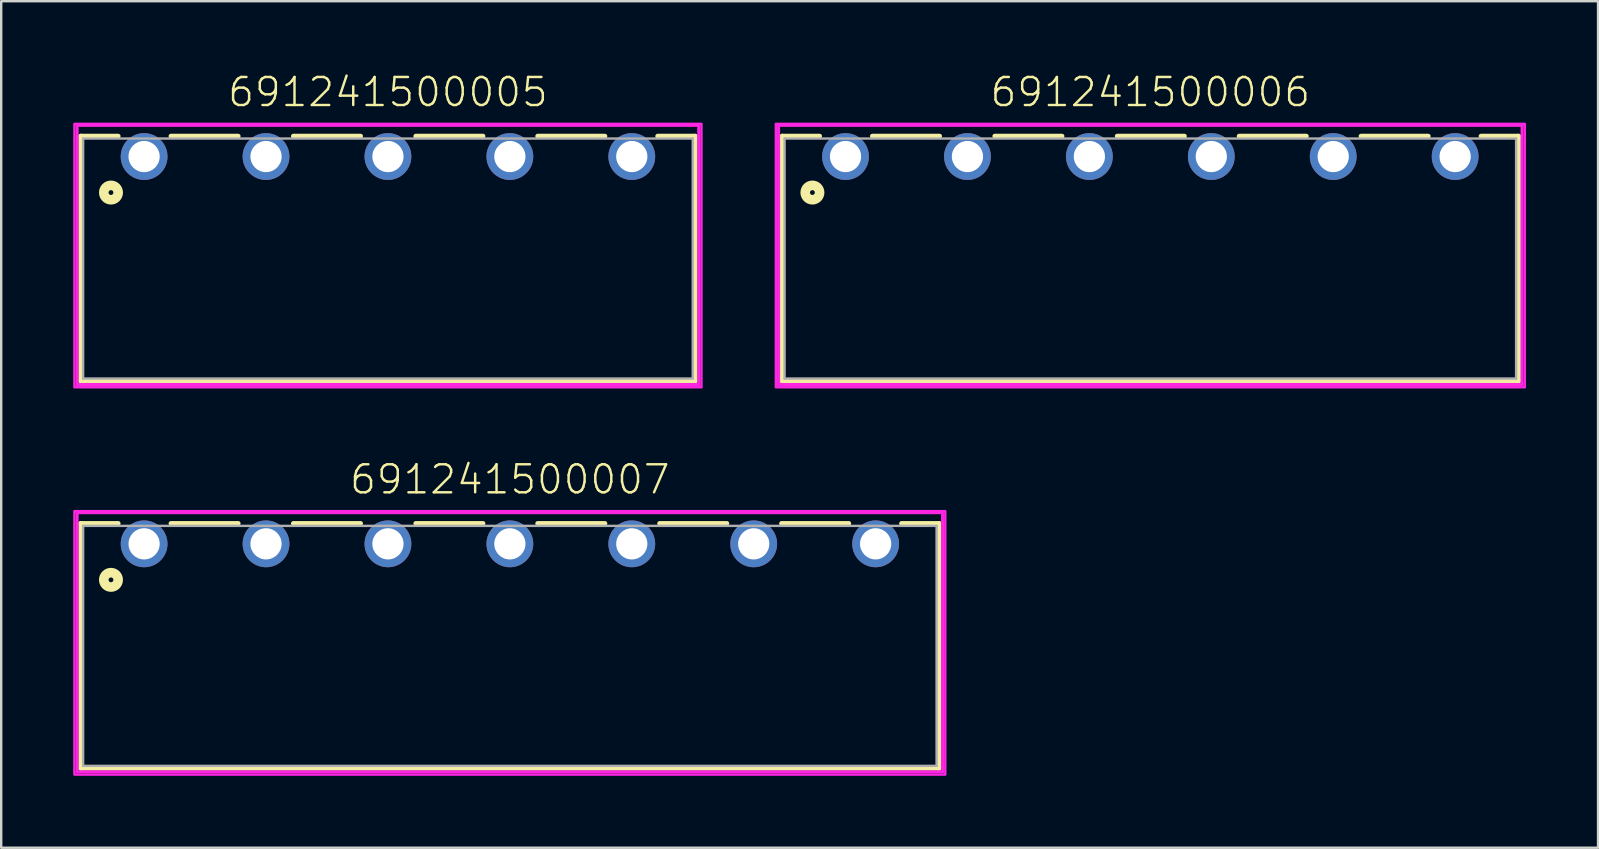
<source format=kicad_pcb>
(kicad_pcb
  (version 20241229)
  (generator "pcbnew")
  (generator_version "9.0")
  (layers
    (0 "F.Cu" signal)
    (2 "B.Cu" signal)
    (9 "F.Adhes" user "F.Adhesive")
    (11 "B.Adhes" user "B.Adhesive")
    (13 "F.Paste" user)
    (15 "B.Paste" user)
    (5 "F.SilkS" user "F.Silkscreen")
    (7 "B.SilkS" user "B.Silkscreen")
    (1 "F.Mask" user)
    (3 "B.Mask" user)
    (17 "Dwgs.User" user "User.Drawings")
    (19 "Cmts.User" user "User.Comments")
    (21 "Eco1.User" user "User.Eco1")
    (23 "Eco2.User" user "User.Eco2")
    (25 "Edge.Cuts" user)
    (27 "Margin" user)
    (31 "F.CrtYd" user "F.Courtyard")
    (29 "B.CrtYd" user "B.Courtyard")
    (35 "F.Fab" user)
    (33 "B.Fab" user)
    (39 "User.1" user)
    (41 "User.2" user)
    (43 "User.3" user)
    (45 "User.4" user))
  (footprint "691241500005"
    (layer "F.Cu")
    (at 13.114 3.473)
    (property "Reference" "691241500005" (at 0 -2 0) (unlocked yes) (layer "F.SilkS") (effects (font (size 1.168 1.168) (thickness 0.102)) (justify bottom)))
    (fp_line (start -12.8 -0.85) (end -11.24 -0.85) (stroke (width 0.2) (type solid)) (layer "F.SilkS"))
    (fp_line (start -12.8 9.35) (end -12.8 -0.85) (stroke (width 0.2) (type solid)) (layer "F.SilkS"))
    (fp_line (start -9.04 -0.85) (end -6.24 -0.85) (stroke (width 0.2) (type solid)) (layer "F.SilkS"))
    (fp_line (start -3.94 -0.85) (end -1.14 -0.85) (stroke (width 0.2) (type solid)) (layer "F.SilkS"))
    (fp_line (start 1.16 -0.85) (end 3.96 -0.85) (stroke (width 0.2) (type solid)) (layer "F.SilkS"))
    (fp_line (start 6.24 -0.85) (end 9.04 -0.85) (stroke (width 0.2) (type solid)) (layer "F.SilkS"))
    (fp_line (start 11.24 -0.85) (end 12.8 -0.85) (stroke (width 0.2) (type solid)) (layer "F.SilkS"))
    (fp_line (start 12.8 -0.85) (end 12.8 9.35) (stroke (width 0.2) (type solid)) (layer "F.SilkS"))
    (fp_line (start 12.8 9.35) (end -12.8 9.35) (stroke (width 0.2) (type solid)) (layer "F.SilkS"))
    (fp_circle (center -11.54 1.5) (end -11.44 1.5) (stroke (width 0.4) (type solid)) (fill no) (layer "F.SilkS"))
    (fp_line (start -12.95 -1.3) (end 12.95 -1.3) (stroke (width 0.127) (type solid)) (layer "F.CrtYd"))
    (fp_line (start -12.95 9.5) (end -12.95 -1.3) (stroke (width 0.127) (type solid)) (layer "F.CrtYd"))
    (fp_line (start 12.95 -1.3) (end 12.95 9.5) (stroke (width 0.127) (type solid)) (layer "F.CrtYd"))
    (fp_line (start 12.95 9.5) (end -12.95 9.5) (stroke (width 0.127) (type solid)) (layer "F.CrtYd"))
    (fp_poly (pts (xy 13.063 9.614) (xy -13.063 9.614) (xy -13.063 -1.363) (xy 13.063 -1.363)) (stroke (width 0.1) (type default)) (fill no) (layer "F.CrtYd"))
    (fp_line (start -12.7 -0.75) (end 12.7 -0.75) (stroke (width 0.1) (type solid)) (layer "F.Fab"))
    (fp_line (start -12.7 9.25) (end -12.7 -0.75) (stroke (width 0.1) (type solid)) (layer "F.Fab"))
    (fp_line (start 12.7 -0.75) (end 12.7 9.25) (stroke (width 0.1) (type solid)) (layer "F.Fab"))
    (fp_line (start 12.7 9.25) (end -12.7 9.25) (stroke (width 0.1) (type solid)) (layer "F.Fab"))
    (pad "1" thru_hole circle (at -10.16 0) (size 1.95 1.95) (drill 1.3) (layers "*.Cu" "*.Mask"))
    (pad "2" thru_hole circle (at -5.08 0) (size 1.95 1.95) (drill 1.3) (layers "*.Cu" "*.Mask"))
    (pad "3" thru_hole circle (at 0 0) (size 1.95 1.95) (drill 1.3) (layers "*.Cu" "*.Mask"))
    (pad "4" thru_hole circle (at 5.08 0) (size 1.95 1.95) (drill 1.3) (layers "*.Cu" "*.Mask"))
    (pad "5" thru_hole circle (at 10.16 0) (size 1.95 1.95) (drill 1.3) (layers "*.Cu" "*.Mask")))
  (footprint "691241500007"
    (layer "F.Cu")
    (at 18.194 19.61)
    (property "Reference" "691241500007" (at 0 -2 0) (unlocked yes) (layer "F.SilkS") (effects (font (size 1.168 1.168) (thickness 0.102)) (justify bottom)))
    (fp_line (start -17.88 -0.85) (end -16.32 -0.85) (stroke (width 0.2) (type solid)) (layer "F.SilkS"))
    (fp_line (start -17.88 9.35) (end -17.88 -0.85) (stroke (width 0.2) (type solid)) (layer "F.SilkS"))
    (fp_line (start -14.12 -0.85) (end -11.32 -0.85) (stroke (width 0.2) (type solid)) (layer "F.SilkS"))
    (fp_line (start -9.02 -0.85) (end -6.22 -0.85) (stroke (width 0.2) (type solid)) (layer "F.SilkS"))
    (fp_line (start -3.92 -0.85) (end -1.12 -0.85) (stroke (width 0.2) (type solid)) (layer "F.SilkS"))
    (fp_line (start 1.16 -0.85) (end 3.96 -0.85) (stroke (width 0.2) (type solid)) (layer "F.SilkS"))
    (fp_line (start 6.24 -0.85) (end 9.04 -0.85) (stroke (width 0.2) (type solid)) (layer "F.SilkS"))
    (fp_line (start 11.32 -0.85) (end 14.12 -0.85) (stroke (width 0.2) (type solid)) (layer "F.SilkS"))
    (fp_line (start 16.32 -0.85) (end 17.88 -0.85) (stroke (width 0.2) (type solid)) (layer "F.SilkS"))
    (fp_line (start 17.88 -0.85) (end 17.88 9.35) (stroke (width 0.2) (type solid)) (layer "F.SilkS"))
    (fp_line (start 17.88 9.35) (end -17.88 9.35) (stroke (width 0.2) (type solid)) (layer "F.SilkS"))
    (fp_circle (center -16.62 1.5) (end -16.52 1.5) (stroke (width 0.4) (type solid)) (fill no) (layer "F.SilkS"))
    (fp_line (start -18.03 -1.3) (end 18.03 -1.3) (stroke (width 0.127) (type solid)) (layer "F.CrtYd"))
    (fp_line (start -18.03 9.5) (end -18.03 -1.3) (stroke (width 0.127) (type solid)) (layer "F.CrtYd"))
    (fp_line (start 18.03 -1.3) (end 18.03 9.5) (stroke (width 0.127) (type solid)) (layer "F.CrtYd"))
    (fp_line (start 18.03 9.5) (end -18.03 9.5) (stroke (width 0.127) (type solid)) (layer "F.CrtYd"))
    (fp_poly (pts (xy 18.143 9.614) (xy -18.143 9.614) (xy -18.143 -1.363) (xy 18.143 -1.363)) (stroke (width 0.1) (type default)) (fill no) (layer "F.CrtYd"))
    (fp_line (start -17.78 -0.75) (end 17.78 -0.75) (stroke (width 0.1) (type solid)) (layer "F.Fab"))
    (fp_line (start -17.78 9.25) (end -17.78 -0.75) (stroke (width 0.1) (type solid)) (layer "F.Fab"))
    (fp_line (start 17.78 -0.75) (end 17.78 9.25) (stroke (width 0.1) (type solid)) (layer "F.Fab"))
    (fp_line (start 17.78 9.25) (end -17.78 9.25) (stroke (width 0.1) (type solid)) (layer "F.Fab"))
    (pad "1" thru_hole circle (at -15.24 0) (size 1.95 1.95) (drill 1.3) (layers "*.Cu" "*.Mask"))
    (pad "2" thru_hole circle (at -10.16 0) (size 1.95 1.95) (drill 1.3) (layers "*.Cu" "*.Mask"))
    (pad "3" thru_hole circle (at -5.08 0) (size 1.95 1.95) (drill 1.3) (layers "*.Cu" "*.Mask"))
    (pad "4" thru_hole circle (at 0 0) (size 1.95 1.95) (drill 1.3) (layers "*.Cu" "*.Mask"))
    (pad "5" thru_hole circle (at 5.08 0) (size 1.95 1.95) (drill 1.3) (layers "*.Cu" "*.Mask"))
    (pad "6" thru_hole circle (at 10.16 0) (size 1.95 1.95) (drill 1.3) (layers "*.Cu" "*.Mask"))
    (pad "7" thru_hole circle (at 15.24 0) (size 1.95 1.95) (drill 1.3) (layers "*.Cu" "*.Mask")))
  (footprint "691241500006"
    (layer "F.Cu")
    (at 44.88 3.473)
    (property "Reference" "691241500006" (at 0 -2 0) (unlocked yes) (layer "F.SilkS") (effects (font (size 1.168 1.168) (thickness 0.102)) (justify bottom)))
    (fp_line (start -15.34 -0.85) (end -13.78 -0.85) (stroke (width 0.2) (type solid)) (layer "F.SilkS"))
    (fp_line (start -15.34 9.35) (end -15.34 -0.85) (stroke (width 0.2) (type solid)) (layer "F.SilkS"))
    (fp_line (start -11.58 -0.85) (end -8.78 -0.85) (stroke (width 0.2) (type solid)) (layer "F.SilkS"))
    (fp_line (start -6.48 -0.85) (end -3.68 -0.85) (stroke (width 0.2) (type solid)) (layer "F.SilkS"))
    (fp_line (start -1.38 -0.85) (end 1.42 -0.85) (stroke (width 0.2) (type solid)) (layer "F.SilkS"))
    (fp_line (start 3.7 -0.85) (end 6.5 -0.85) (stroke (width 0.2) (type solid)) (layer "F.SilkS"))
    (fp_line (start 8.78 -0.85) (end 11.58 -0.85) (stroke (width 0.2) (type solid)) (layer "F.SilkS"))
    (fp_line (start 13.78 -0.85) (end 15.34 -0.85) (stroke (width 0.2) (type solid)) (layer "F.SilkS"))
    (fp_line (start 15.34 -0.85) (end 15.34 9.35) (stroke (width 0.2) (type solid)) (layer "F.SilkS"))
    (fp_line (start 15.34 9.35) (end -15.34 9.35) (stroke (width 0.2) (type solid)) (layer "F.SilkS"))
    (fp_circle (center -14.08 1.5) (end -13.98 1.5) (stroke (width 0.4) (type solid)) (fill no) (layer "F.SilkS"))
    (fp_line (start -15.49 -1.3) (end 15.49 -1.3) (stroke (width 0.127) (type solid)) (layer "F.CrtYd"))
    (fp_line (start -15.49 9.5) (end -15.49 -1.3) (stroke (width 0.127) (type solid)) (layer "F.CrtYd"))
    (fp_line (start 15.49 -1.3) (end 15.49 9.5) (stroke (width 0.127) (type solid)) (layer "F.CrtYd"))
    (fp_line (start 15.49 9.5) (end -15.49 9.5) (stroke (width 0.127) (type solid)) (layer "F.CrtYd"))
    (fp_poly (pts (xy 15.604 9.614) (xy -15.604 9.614) (xy -15.604 -1.363) (xy 15.604 -1.363)) (stroke (width 0.1) (type default)) (fill no) (layer "F.CrtYd"))
    (fp_line (start -15.24 -0.75) (end 15.24 -0.75) (stroke (width 0.1) (type solid)) (layer "F.Fab"))
    (fp_line (start -15.24 9.25) (end -15.24 -0.75) (stroke (width 0.1) (type solid)) (layer "F.Fab"))
    (fp_line (start 15.24 -0.75) (end 15.24 9.25) (stroke (width 0.1) (type solid)) (layer "F.Fab"))
    (fp_line (start 15.24 9.25) (end -15.24 9.25) (stroke (width 0.1) (type solid)) (layer "F.Fab"))
    (pad "1" thru_hole circle (at -12.7 0) (size 1.95 1.95) (drill 1.3) (layers "*.Cu" "*.Mask"))
    (pad "2" thru_hole circle (at -7.62 0) (size 1.95 1.95) (drill 1.3) (layers "*.Cu" "*.Mask"))
    (pad "3" thru_hole circle (at -2.54 0) (size 1.95 1.95) (drill 1.3) (layers "*.Cu" "*.Mask"))
    (pad "4" thru_hole circle (at 2.54 0) (size 1.95 1.95) (drill 1.3) (layers "*.Cu" "*.Mask"))
    (pad "5" thru_hole circle (at 7.62 0) (size 1.95 1.95) (drill 1.3) (layers "*.Cu" "*.Mask"))
    (pad "6" thru_hole circle (at 12.7 0) (size 1.95 1.95) (drill 1.3) (layers "*.Cu" "*.Mask")))
  (gr_rect
    (start -3 -3)
    (end 63.534 32.273)
    (stroke (width 0.1) (type default))
    (fill no)
    (layer "Edge.Cuts")))
</source>
